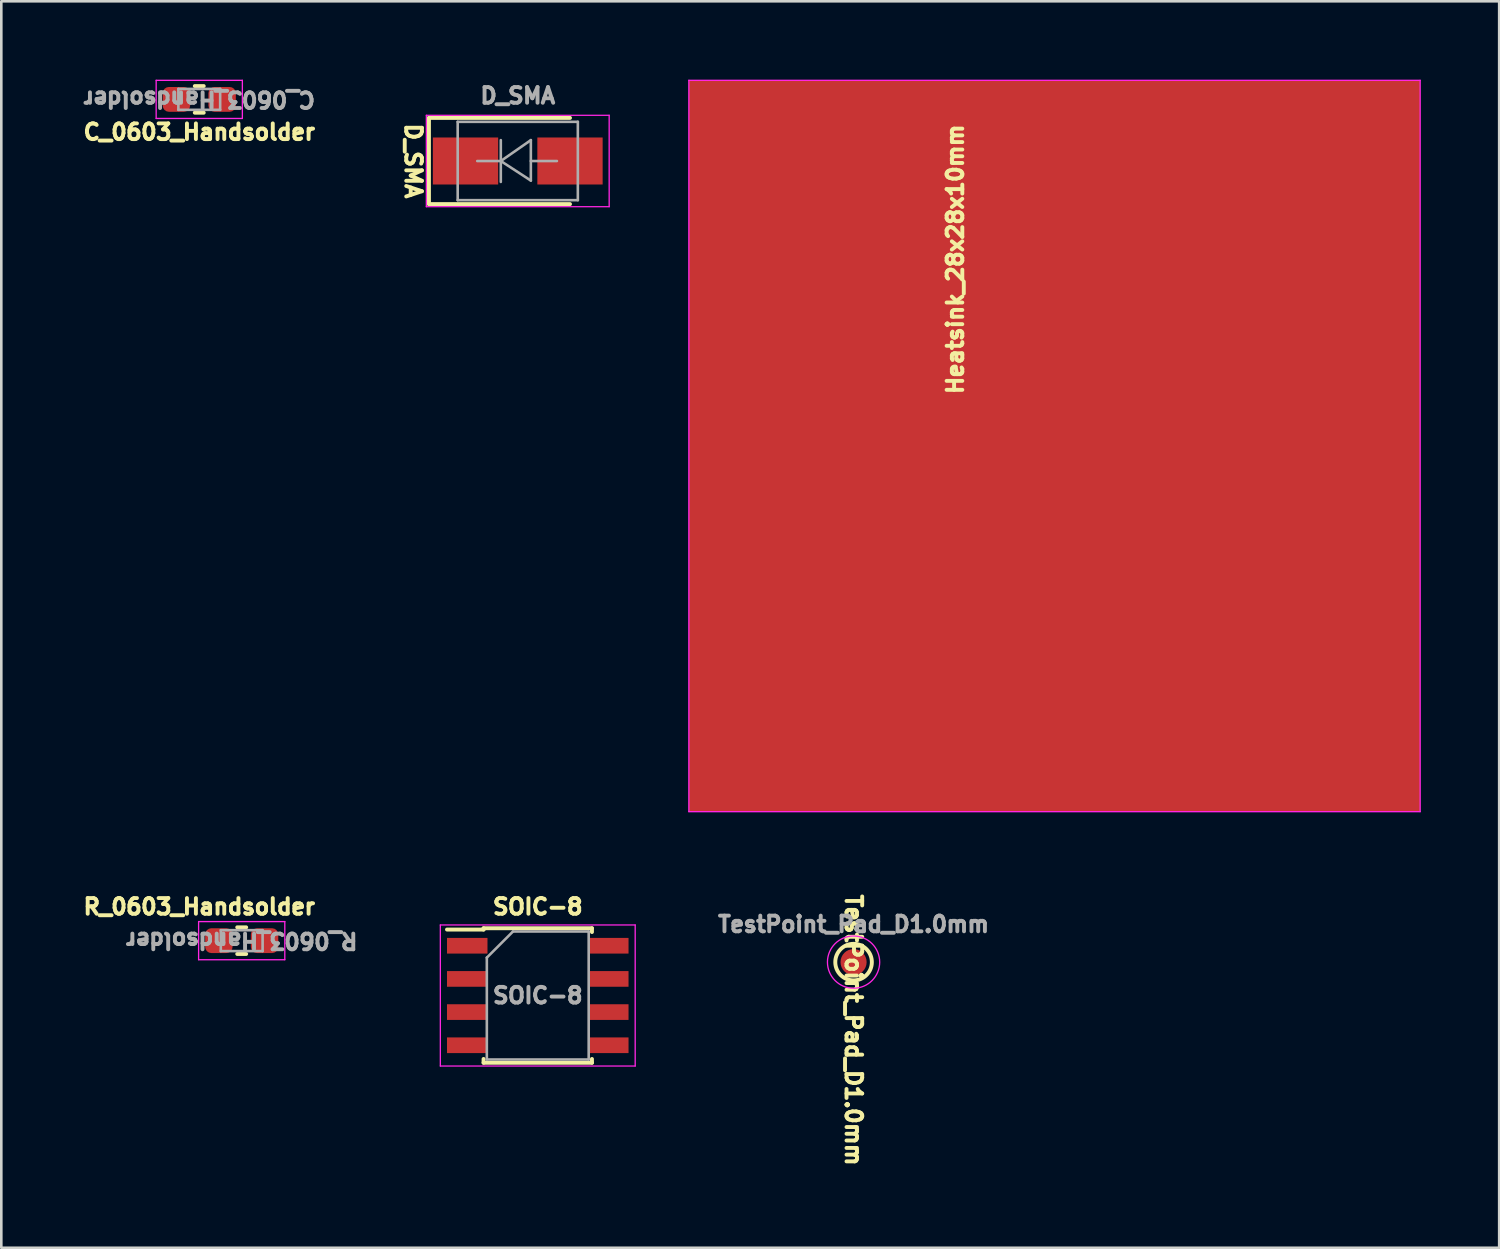
<source format=kicad_pcb>
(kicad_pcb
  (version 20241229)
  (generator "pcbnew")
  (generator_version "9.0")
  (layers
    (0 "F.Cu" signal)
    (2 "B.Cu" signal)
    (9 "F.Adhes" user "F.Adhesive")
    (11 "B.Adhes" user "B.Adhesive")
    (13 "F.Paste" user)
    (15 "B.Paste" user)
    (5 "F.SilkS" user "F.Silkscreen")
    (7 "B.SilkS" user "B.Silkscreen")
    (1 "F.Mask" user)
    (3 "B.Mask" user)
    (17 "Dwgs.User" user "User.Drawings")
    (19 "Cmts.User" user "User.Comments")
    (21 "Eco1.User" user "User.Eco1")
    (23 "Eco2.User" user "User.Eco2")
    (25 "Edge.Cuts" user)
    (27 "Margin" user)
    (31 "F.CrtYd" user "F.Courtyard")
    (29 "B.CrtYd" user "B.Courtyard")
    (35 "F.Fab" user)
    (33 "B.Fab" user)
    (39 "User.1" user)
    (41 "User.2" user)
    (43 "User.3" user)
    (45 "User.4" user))
  (footprint "TestPoint_Pad_D1.0mm"
    (layer "F.Cu")
    (at 29.63 33.786)
    (property "Reference" "TestPoint_Pad_D1.0mm" (at 0 2.6 270) (unlocked yes) (layer "F.SilkS") (effects (font (size 0.6 0.6) (thickness 0.15))))
    (attr exclude_from_pos_files)
    (fp_circle (center 0 0) (end 0 0.7) (stroke (width 0.15) (type solid)) (fill no) (layer "F.SilkS"))
    (fp_circle (center 0 0) (end 1 0) (stroke (width 0.05) (type solid)) (fill no) (layer "F.CrtYd"))
    (fp_text user "${REFERENCE}" (at 0 -1.45 0) (unlocked yes) (layer "F.Fab") (effects (font (size 0.6 0.6) (thickness 0.15))))
    (pad "1" smd circle (at 0 0) (size 1 1) (layers "F.Cu" "F.Mask")))
  (footprint "R_0603_Handsolder"
    (layer "F.Cu")
    (at 6.204 32.964)
    (property "Reference" "R_0603_Handsolder" (at -1.625 -1.3 0) (unlocked yes) (layer "F.SilkS") (effects (font (size 0.6 0.6) (thickness 0.15))))
    (attr smd)
    (fp_line (start -0.171 -0.51) (end 0.171 -0.51) (stroke (width 0.15) (type solid)) (layer "F.SilkS"))
    (fp_line (start -0.171 0.51) (end 0.171 0.51) (stroke (width 0.15) (type solid)) (layer "F.SilkS"))
    (fp_line (start -1.65 -0.73) (end 1.65 -0.73) (stroke (width 0.05) (type solid)) (layer "F.CrtYd"))
    (fp_line (start -1.65 0.73) (end -1.65 -0.73) (stroke (width 0.05) (type solid)) (layer "F.CrtYd"))
    (fp_line (start 1.65 -0.73) (end 1.65 0.73) (stroke (width 0.05) (type solid)) (layer "F.CrtYd"))
    (fp_line (start 1.65 0.73) (end -1.65 0.73) (stroke (width 0.05) (type solid)) (layer "F.CrtYd"))
    (fp_line (start -0.8 -0.4) (end 0.8 -0.4) (stroke (width 0.1) (type solid)) (layer "F.Fab"))
    (fp_line (start -0.8 0.4) (end -0.8 -0.4) (stroke (width 0.1) (type solid)) (layer "F.Fab"))
    (fp_line (start 0.8 -0.4) (end 0.8 0.4) (stroke (width 0.1) (type solid)) (layer "F.Fab"))
    (fp_line (start 0.8 0.4) (end -0.8 0.4) (stroke (width 0.1) (type solid)) (layer "F.Fab"))
    (fp_text user "${REFERENCE}" (at 0 0 180) (unlocked yes) (layer "F.Fab") (effects (font (size 0.6 0.6) (thickness 0.15))))
    (pad "1" smd roundrect (at -0.875 0) (size 1.05 0.95) (layers "F.Cu" "F.Mask" "F.Paste") (roundrect_rratio 0.25))
    (pad "2" smd roundrect (at 0.875 0) (size 1.05 0.95) (layers "F.Cu" "F.Mask" "F.Paste") (roundrect_rratio 0.25)))
  (footprint "Heatsink_28x28x10mm"
    (layer "F.Cu")
    (at 37.323 14.025)
    (property "Reference" "Heatsink_28x28x10mm" (at -3.8 -7.15 90) (unlocked yes) (layer "F.SilkS") (effects (font (size 0.6 0.6) (thickness 0.15))))
    (attr through_hole)
    (fp_line (start -14 -14) (end 14 -14) (stroke (width 0.05) (type solid)) (layer "F.CrtYd"))
    (fp_line (start -14 14) (end -14 -14) (stroke (width 0.05) (type solid)) (layer "F.CrtYd"))
    (fp_line (start 14 -14) (end 14 14) (stroke (width 0.05) (type solid)) (layer "F.CrtYd"))
    (fp_line (start 14 14) (end -14 14) (stroke (width 0.05) (type solid)) (layer "F.CrtYd"))
    (pad "1" smd rect (at 0 0 180) (size 28 28) (layers "F.Cu" "F.Mask" "F.Paste")))
  (footprint "SOIC-8"
    (layer "F.Cu")
    (at 17.539 35.064)
    (property "Reference" "SOIC-8" (at 0 -3.4 0) (unlocked yes) (layer "F.SilkS") (effects (font (size 0.6 0.6) (thickness 0.15))))
    (attr smd)
    (fp_line (start -2.075 -2.575) (end -2.075 -2.525) (stroke (width 0.15) (type solid)) (layer "F.SilkS"))
    (fp_line (start -2.075 -2.575) (end 2.075 -2.575) (stroke (width 0.15) (type solid)) (layer "F.SilkS"))
    (fp_line (start -2.075 -2.525) (end -3.475 -2.525) (stroke (width 0.15) (type solid)) (layer "F.SilkS"))
    (fp_line (start -2.075 2.575) (end -2.075 2.43) (stroke (width 0.15) (type solid)) (layer "F.SilkS"))
    (fp_line (start -2.075 2.575) (end 2.075 2.575) (stroke (width 0.15) (type solid)) (layer "F.SilkS"))
    (fp_line (start 2.075 -2.575) (end 2.075 -2.43) (stroke (width 0.15) (type solid)) (layer "F.SilkS"))
    (fp_line (start 2.075 2.575) (end 2.075 2.43) (stroke (width 0.15) (type solid)) (layer "F.SilkS"))
    (fp_line (start -3.73 -2.7) (end -3.73 2.7) (stroke (width 0.05) (type solid)) (layer "F.CrtYd"))
    (fp_line (start -3.73 -2.7) (end 3.73 -2.7) (stroke (width 0.05) (type solid)) (layer "F.CrtYd"))
    (fp_line (start -3.73 2.7) (end 3.73 2.7) (stroke (width 0.05) (type solid)) (layer "F.CrtYd"))
    (fp_line (start 3.73 -2.7) (end 3.73 2.7) (stroke (width 0.05) (type solid)) (layer "F.CrtYd"))
    (fp_line (start -1.95 -1.45) (end -0.95 -2.45) (stroke (width 0.1) (type solid)) (layer "F.Fab"))
    (fp_line (start -1.95 2.45) (end -1.95 -1.45) (stroke (width 0.1) (type solid)) (layer "F.Fab"))
    (fp_line (start -0.95 -2.45) (end 1.95 -2.45) (stroke (width 0.1) (type solid)) (layer "F.Fab"))
    (fp_line (start 1.95 -2.45) (end 1.95 2.45) (stroke (width 0.1) (type solid)) (layer "F.Fab"))
    (fp_line (start 1.95 2.45) (end -1.95 2.45) (stroke (width 0.1) (type solid)) (layer "F.Fab"))
    (fp_text user "${REFERENCE}" (at 0 0 0) (unlocked yes) (layer "F.Fab") (effects (font (size 0.6 0.6) (thickness 0.15))))
    (pad "1" smd rect (at -2.7 -1.905) (size 1.55 0.6) (layers "F.Cu" "F.Mask" "F.Paste"))
    (pad "2" smd rect (at -2.7 -0.635) (size 1.55 0.6) (layers "F.Cu" "F.Mask" "F.Paste"))
    (pad "3" smd rect (at -2.7 0.635) (size 1.55 0.6) (layers "F.Cu" "F.Mask" "F.Paste"))
    (pad "4" smd rect (at -2.7 1.905) (size 1.55 0.6) (layers "F.Cu" "F.Mask" "F.Paste"))
    (pad "5" smd rect (at 2.7 1.905) (size 1.55 0.6) (layers "F.Cu" "F.Mask" "F.Paste"))
    (pad "6" smd rect (at 2.7 0.635) (size 1.55 0.6) (layers "F.Cu" "F.Mask" "F.Paste"))
    (pad "7" smd rect (at 2.7 -0.635) (size 1.55 0.6) (layers "F.Cu" "F.Mask" "F.Paste"))
    (pad "8" smd rect (at 2.7 -1.905) (size 1.55 0.6) (layers "F.Cu" "F.Mask" "F.Paste")))
  (footprint "D_SMA"
    (layer "F.Cu")
    (at 16.773 3.114)
    (property "Reference" "D_SMA" (at -4 0 270) (unlocked yes) (layer "F.SilkS") (effects (font (size 0.6 0.6) (thickness 0.15))))
    (attr smd)
    (fp_line (start -3.4 -1.65) (end -3.4 1.65) (stroke (width 0.15) (type solid)) (layer "F.SilkS"))
    (fp_line (start -3.4 -1.65) (end 2 -1.65) (stroke (width 0.15) (type solid)) (layer "F.SilkS"))
    (fp_line (start -3.4 1.65) (end 2 1.65) (stroke (width 0.15) (type solid)) (layer "F.SilkS"))
    (fp_line (start -3.5 -1.75) (end 3.5 -1.75) (stroke (width 0.05) (type solid)) (layer "F.CrtYd"))
    (fp_line (start -3.5 1.75) (end -3.5 -1.75) (stroke (width 0.05) (type solid)) (layer "F.CrtYd"))
    (fp_line (start 3.5 -1.75) (end 3.5 1.75) (stroke (width 0.05) (type solid)) (layer "F.CrtYd"))
    (fp_line (start 3.5 1.75) (end -3.5 1.75) (stroke (width 0.05) (type solid)) (layer "F.CrtYd"))
    (fp_line (start -2.3 1.5) (end -2.3 -1.5) (stroke (width 0.1) (type solid)) (layer "F.Fab"))
    (fp_line (start -0.649 -0.799) (end -0.649 0.801) (stroke (width 0.1) (type solid)) (layer "F.Fab"))
    (fp_line (start -0.649 0.001) (end -1.551 0.001) (stroke (width 0.1) (type solid)) (layer "F.Fab"))
    (fp_line (start -0.649 0.001) (end 0.501 -0.799) (stroke (width 0.1) (type solid)) (layer "F.Fab"))
    (fp_line (start -0.649 0.001) (end 0.501 0.75) (stroke (width 0.1) (type solid)) (layer "F.Fab"))
    (fp_line (start 0.501 0.001) (end 1.499 0.001) (stroke (width 0.1) (type solid)) (layer "F.Fab"))
    (fp_line (start 0.501 0.75) (end 0.501 -0.799) (stroke (width 0.1) (type solid)) (layer "F.Fab"))
    (fp_line (start 2.3 -1.5) (end -2.3 -1.5) (stroke (width 0.1) (type solid)) (layer "F.Fab"))
    (fp_line (start 2.3 -1.5) (end 2.3 1.5) (stroke (width 0.1) (type solid)) (layer "F.Fab"))
    (fp_line (start 2.3 1.5) (end -2.3 1.5) (stroke (width 0.1) (type solid)) (layer "F.Fab"))
    (fp_text user "${REFERENCE}" (at 0 -2.5 0) (unlocked yes) (layer "F.Fab") (effects (font (size 0.6 0.6) (thickness 0.15))))
    (pad "1" smd rect (at -2 0) (size 2.5 1.8) (layers "F.Cu" "F.Mask" "F.Paste"))
    (pad "2" smd rect (at 2 0) (size 2.5 1.8) (layers "F.Cu" "F.Mask" "F.Paste")))
  (footprint "C_0603_Handsolder"
    (layer "F.Cu")
    (at 4.579 0.755)
    (property "Reference" "C_0603_Handsolder" (at 0 1.25 0) (unlocked yes) (layer "F.SilkS") (effects (font (size 0.6 0.6) (thickness 0.15))))
    (attr smd)
    (fp_line (start -0.171 -0.51) (end 0.171 -0.51) (stroke (width 0.15) (type solid)) (layer "F.SilkS"))
    (fp_line (start -0.171 0.51) (end 0.171 0.51) (stroke (width 0.15) (type solid)) (layer "F.SilkS"))
    (fp_line (start -1.65 -0.73) (end 1.65 -0.73) (stroke (width 0.05) (type solid)) (layer "F.CrtYd"))
    (fp_line (start -1.65 0.73) (end -1.65 -0.73) (stroke (width 0.05) (type solid)) (layer "F.CrtYd"))
    (fp_line (start 1.65 -0.73) (end 1.65 0.73) (stroke (width 0.05) (type solid)) (layer "F.CrtYd"))
    (fp_line (start 1.65 0.73) (end -1.65 0.73) (stroke (width 0.05) (type solid)) (layer "F.CrtYd"))
    (fp_line (start -0.8 -0.4) (end 0.8 -0.4) (stroke (width 0.1) (type solid)) (layer "F.Fab"))
    (fp_line (start -0.8 0.4) (end -0.8 -0.4) (stroke (width 0.1) (type solid)) (layer "F.Fab"))
    (fp_line (start 0.8 -0.4) (end 0.8 0.4) (stroke (width 0.1) (type solid)) (layer "F.Fab"))
    (fp_line (start 0.8 0.4) (end -0.8 0.4) (stroke (width 0.1) (type solid)) (layer "F.Fab"))
    (fp_text user "${REFERENCE}" (at 0 0 180) (unlocked yes) (layer "F.Fab") (effects (font (size 0.6 0.6) (thickness 0.15))))
    (pad "1" smd roundrect (at -0.875 0) (size 1.05 0.95) (layers "F.Cu" "F.Mask" "F.Paste") (roundrect_rratio 0.25))
    (pad "2" smd roundrect (at 0.875 0) (size 1.05 0.95) (layers "F.Cu" "F.Mask" "F.Paste") (roundrect_rratio 0.25)))
  (gr_rect
    (start -3 -3)
    (end 54.348 44.723)
    (stroke (width 0.1) (type default))
    (fill no)
    (layer "Edge.Cuts")))
</source>
